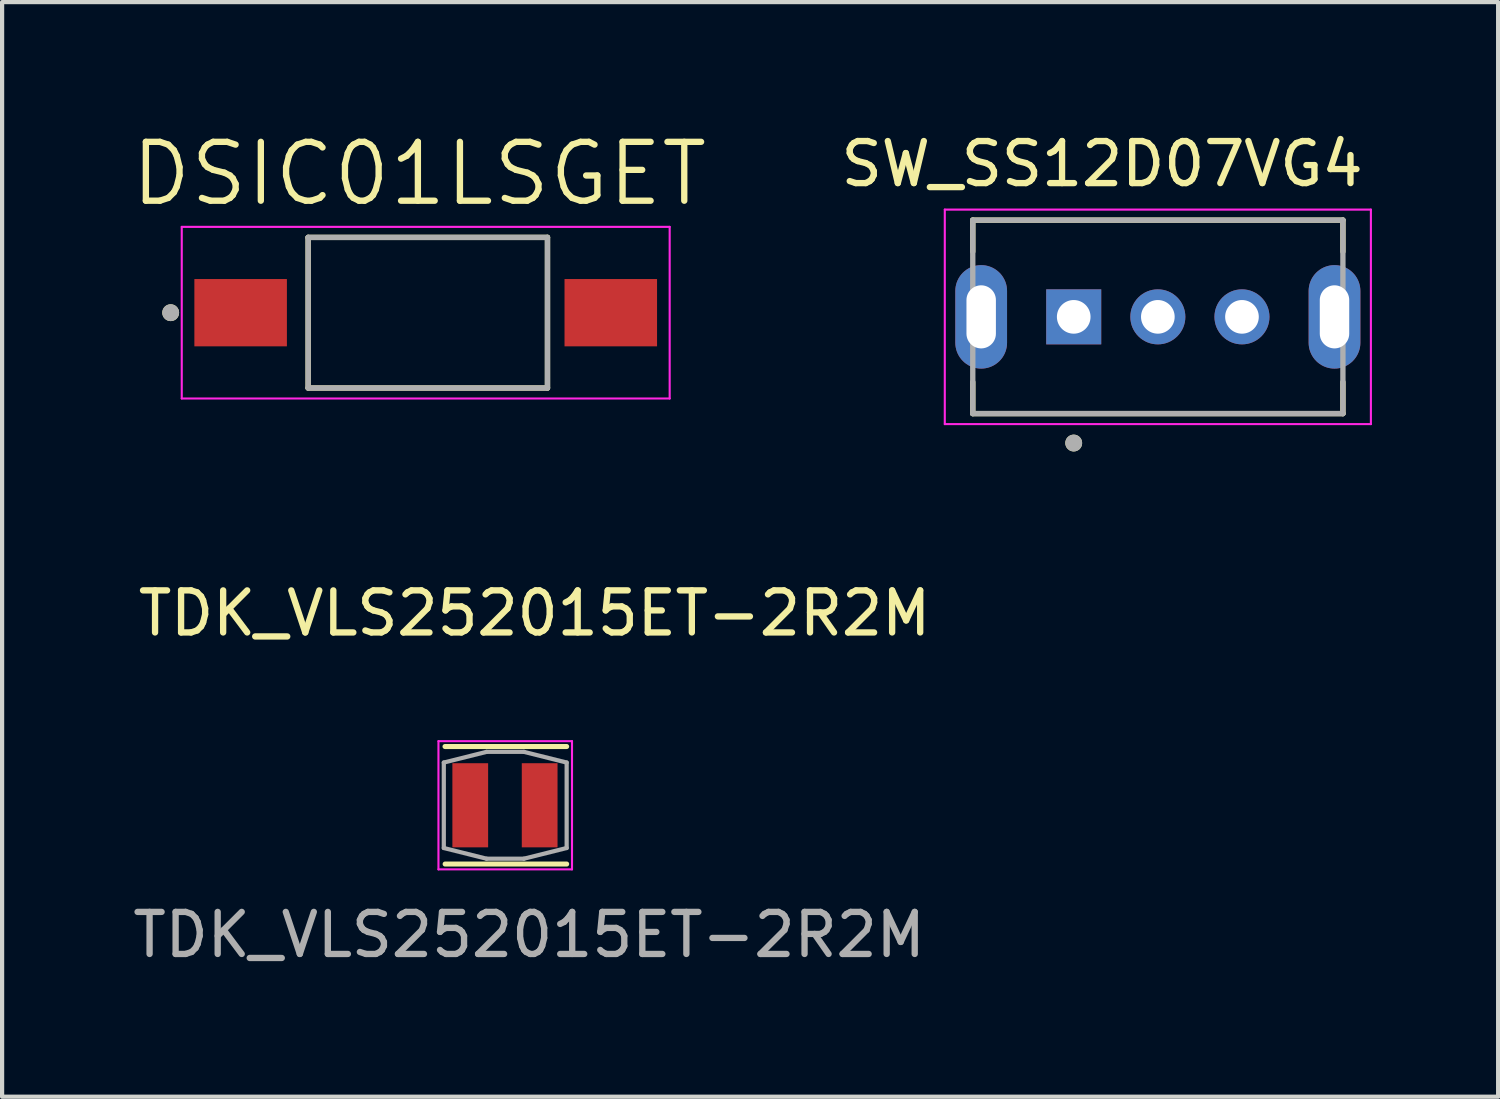
<source format=kicad_pcb>
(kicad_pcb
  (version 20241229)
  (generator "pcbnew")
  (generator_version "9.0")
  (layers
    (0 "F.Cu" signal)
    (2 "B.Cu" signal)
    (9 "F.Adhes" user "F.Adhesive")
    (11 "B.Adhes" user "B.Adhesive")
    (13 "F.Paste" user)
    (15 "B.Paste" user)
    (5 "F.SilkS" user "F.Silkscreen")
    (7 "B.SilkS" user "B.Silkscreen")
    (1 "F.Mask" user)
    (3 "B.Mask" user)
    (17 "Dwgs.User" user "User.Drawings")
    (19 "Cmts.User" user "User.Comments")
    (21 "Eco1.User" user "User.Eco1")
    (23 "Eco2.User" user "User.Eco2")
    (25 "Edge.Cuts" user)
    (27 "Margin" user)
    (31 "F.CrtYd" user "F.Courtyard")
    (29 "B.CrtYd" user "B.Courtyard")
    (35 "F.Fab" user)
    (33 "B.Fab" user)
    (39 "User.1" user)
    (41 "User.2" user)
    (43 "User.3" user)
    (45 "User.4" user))
  (footprint "DSIC01LSGET"
    (layer "F.Cu")
    (at 6.918 4.384)
    (property "Reference" "DSIC01LSGET" (at 0 -3.302 0) (layer "F.SilkS") (effects (font (size 1.4 1.4) (thickness 0.15))))
    (attr smd)
    (fp_line (start -2.642 -1.79) (end 3.048 -1.79) (stroke (width 0.127) (type solid)) (layer "F.SilkS"))
    (fp_line (start -2.642 1.79) (end -2.642 -1.79) (stroke (width 0.127) (type solid)) (layer "F.SilkS"))
    (fp_line (start 3.048 -1.79) (end 3.048 1.79) (stroke (width 0.127) (type solid)) (layer "F.SilkS"))
    (fp_line (start 3.048 1.79) (end -2.642 1.79) (stroke (width 0.127) (type solid)) (layer "F.SilkS"))
    (fp_circle (center -5.91 0) (end -5.81 0) (stroke (width 0.2) (type solid)) (fill no) (layer "F.SilkS"))
    (fp_line (start -5.647 -2.04) (end 5.953 -2.04) (stroke (width 0.05) (type solid)) (layer "F.CrtYd"))
    (fp_line (start -5.647 2.04) (end -5.647 -2.04) (stroke (width 0.05) (type solid)) (layer "F.CrtYd"))
    (fp_line (start 5.953 -2.04) (end 5.953 2.04) (stroke (width 0.05) (type solid)) (layer "F.CrtYd"))
    (fp_line (start 5.953 2.04) (end -5.647 2.04) (stroke (width 0.05) (type solid)) (layer "F.CrtYd"))
    (fp_line (start -2.642 -1.79) (end 3.048 -1.79) (stroke (width 0.127) (type solid)) (layer "F.Fab"))
    (fp_line (start -2.642 1.79) (end -2.642 -1.79) (stroke (width 0.127) (type solid)) (layer "F.Fab"))
    (fp_line (start 3.048 -1.79) (end 3.048 1.79) (stroke (width 0.127) (type solid)) (layer "F.Fab"))
    (fp_line (start 3.048 1.79) (end -2.642 1.79) (stroke (width 0.127) (type solid)) (layer "F.Fab"))
    (fp_circle (center -5.91 0) (end -5.81 0) (stroke (width 0.2) (type solid)) (fill no) (layer "F.Fab"))
    (pad "1" smd rect (at -4.247 0) (size 2.2 1.6) (layers "F.Cu" "F.Mask" "F.Paste"))
    (pad "2" smd rect (at 4.553 0) (size 2.2 1.6) (layers "F.Cu" "F.Mask" "F.Paste")))
  (footprint "TDK_VLS252015ET-2R2M"
    (layer "F.Cu")
    (at 9.66 12.031)
    (property "Reference" "TDK_VLS252015ET-2R2M" (at 0 -0.5 0) (unlocked yes) (layer "F.SilkS") (effects (font (size 1 1) (thickness 0.15))))
    (attr smd)
    (fp_line (start -2.13 2.667) (end 0.762 2.667) (stroke (width 0.12) (type solid)) (layer "F.SilkS"))
    (fp_line (start -2.127 5.461) (end 0.762 5.461) (stroke (width 0.12) (type solid)) (layer "F.SilkS"))
    (fp_line (start -2.286 2.54) (end -2.286 5.588) (stroke (width 0.05) (type solid)) (layer "F.CrtYd"))
    (fp_line (start -2.286 5.588) (end 0.889 5.588) (stroke (width 0.05) (type solid)) (layer "F.CrtYd"))
    (fp_line (start 0.889 2.54) (end -2.286 2.54) (stroke (width 0.05) (type solid)) (layer "F.CrtYd"))
    (fp_line (start 0.889 5.588) (end 0.889 2.54) (stroke (width 0.05) (type solid)) (layer "F.CrtYd"))
    (fp_line (start -2.159 3.048) (end -1.143 2.794) (stroke (width 0.1) (type default)) (layer "F.Fab"))
    (fp_line (start -2.159 5.08) (end -2.159 3.048) (stroke (width 0.1) (type solid)) (layer "F.Fab"))
    (fp_line (start -2.159 5.08) (end -1.143 5.334) (stroke (width 0.1) (type default)) (layer "F.Fab"))
    (fp_line (start -0.254 2.794) (end -1.143 2.794) (stroke (width 0.1) (type solid)) (layer "F.Fab"))
    (fp_line (start -0.254 5.334) (end -1.143 5.334) (stroke (width 0.1) (type solid)) (layer "F.Fab"))
    (fp_line (start 0.762 3.048) (end -0.254 2.794) (stroke (width 0.1) (type default)) (layer "F.Fab"))
    (fp_line (start 0.762 3.048) (end 0.762 5.08) (stroke (width 0.1) (type solid)) (layer "F.Fab"))
    (fp_line (start 0.762 5.08) (end -0.254 5.334) (stroke (width 0.1) (type default)) (layer "F.Fab"))
    (fp_text user "${REFERENCE}" (at -0.13 7.144 0) (layer "F.Fab") (effects (font (size 1 1) (thickness 0.15))))
    (pad "1" smd rect (at -1.53 4.064) (size 0.85 2) (layers "F.Cu" "F.Mask" "F.Paste"))
    (pad "2" smd rect (at 0.12 4.064) (size 0.85 2) (layers "F.Cu" "F.Mask" "F.Paste")))
  (footprint "SW_SS12D07VG4"
    (layer "F.Cu")
    (at 24.477 4.483)
    (property "Reference" "SW_SS12D07VG4" (at -1.325 -3.635 0) (layer "F.SilkS") (effects (font (size 1 1) (thickness 0.15))))
    (attr through_hole)
    (fp_line (start -4.4 -2.3) (end -4.4 -1.55) (stroke (width 0.127) (type solid)) (layer "F.SilkS"))
    (fp_line (start -4.4 2.3) (end -4.4 1.55) (stroke (width 0.127) (type solid)) (layer "F.SilkS"))
    (fp_line (start -4.4 2.3) (end 4.4 2.3) (stroke (width 0.127) (type solid)) (layer "F.SilkS"))
    (fp_line (start 4.4 -2.3) (end -4.4 -2.3) (stroke (width 0.127) (type solid)) (layer "F.SilkS"))
    (fp_line (start 4.4 -2.3) (end 4.4 -1.55) (stroke (width 0.127) (type solid)) (layer "F.SilkS"))
    (fp_line (start 4.4 2.3) (end 4.4 1.55) (stroke (width 0.127) (type solid)) (layer "F.SilkS"))
    (fp_circle (center -2 3) (end -1.9 3) (stroke (width 0.2) (type solid)) (fill no) (layer "F.SilkS"))
    (fp_line (start -5.065 -2.55) (end -5.065 2.55) (stroke (width 0.05) (type solid)) (layer "F.CrtYd"))
    (fp_line (start -5.065 2.55) (end 5.065 2.55) (stroke (width 0.05) (type solid)) (layer "F.CrtYd"))
    (fp_line (start 5.065 -2.55) (end -5.065 -2.55) (stroke (width 0.05) (type solid)) (layer "F.CrtYd"))
    (fp_line (start 5.065 2.55) (end 5.065 -2.55) (stroke (width 0.05) (type solid)) (layer "F.CrtYd"))
    (fp_line (start -4.4 -2.3) (end -4.4 2.3) (stroke (width 0.127) (type solid)) (layer "F.Fab"))
    (fp_line (start -4.4 2.3) (end 4.4 2.3) (stroke (width 0.127) (type solid)) (layer "F.Fab"))
    (fp_line (start 4.4 -2.3) (end -4.4 -2.3) (stroke (width 0.127) (type solid)) (layer "F.Fab"))
    (fp_line (start 4.4 2.3) (end 4.4 -2.3) (stroke (width 0.127) (type solid)) (layer "F.Fab"))
    (fp_circle (center -2 3) (end -1.9 3) (stroke (width 0.2) (type solid)) (fill no) (layer "F.Fab"))
    (pad "1" thru_hole rect (at -2 0) (size 1.308 1.308) (drill 0.8) (layers "*.Cu" "*.Mask"))
    (pad "2" thru_hole circle (at 0 0) (size 1.308 1.308) (drill 0.8) (layers "*.Cu" "*.Mask"))
    (pad "3" thru_hole circle (at 2 0) (size 1.308 1.308) (drill 0.8) (layers "*.Cu" "*.Mask"))
    (pad "S1" thru_hole oval (at -4.2 0) (size 1.23 2.46) (drill oval 0.7 1.5) (layers "*.Cu" "*.Mask"))
    (pad "S2" thru_hole oval (at 4.2 0) (size 1.23 2.46) (drill oval 0.7 1.5) (layers "*.Cu" "*.Mask")))
  (gr_rect
    (start -3 -3)
    (end 32.567 23.024)
    (stroke (width 0.1) (type default))
    (fill no)
    (layer "Edge.Cuts")))
</source>
